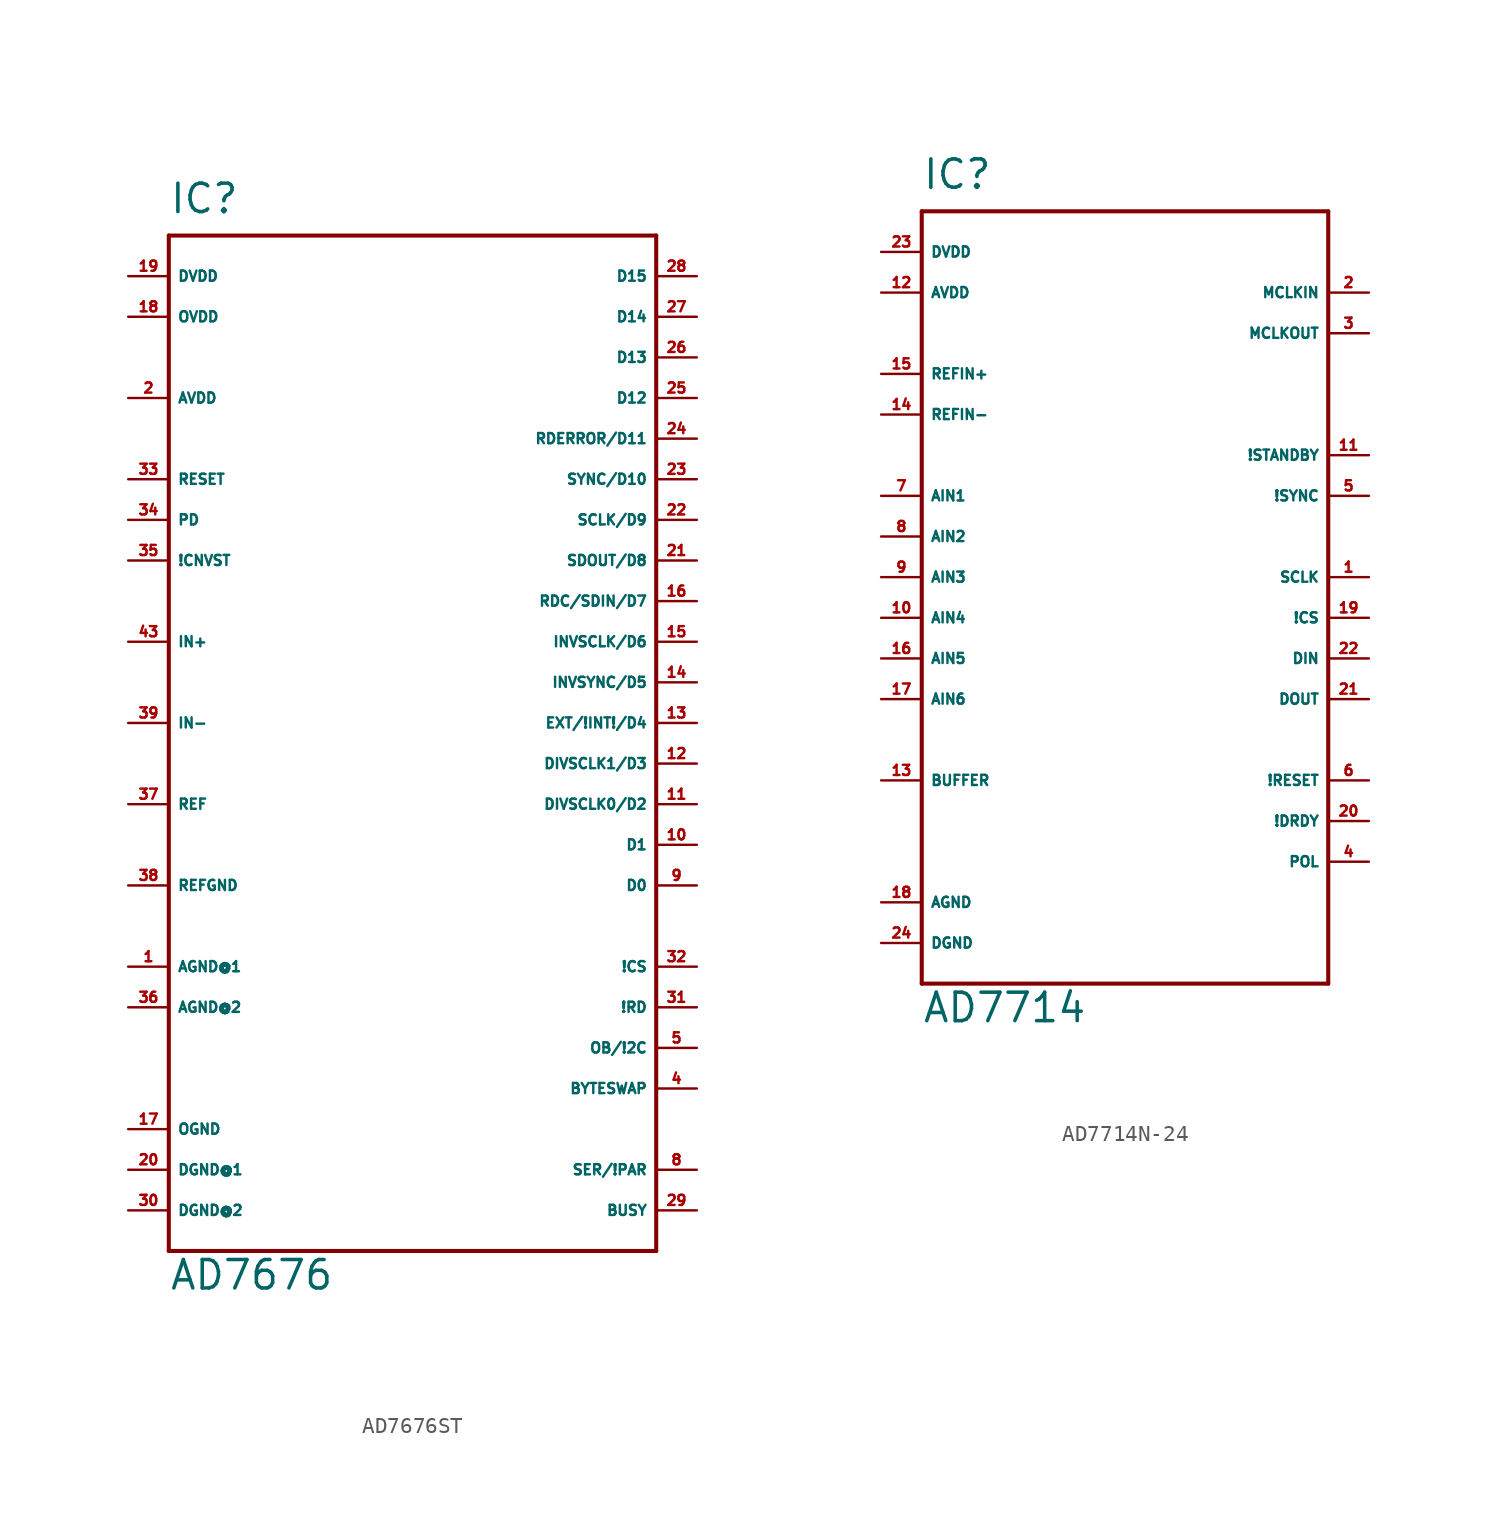
<source format=kicad_sym>
(kicad_symbol_lib
  (version 20220914)
  (generator Eagle2Kicad)
  (symbol "AD7676ST"
    (property "Reference" "IC"
      (at -15.24 31.75 0)
      (effects (font (size 1.778 1.778) (thickness 0.22)) (justify left bottom)))
    (property "Value" "AD7676"
      (at -15.24 -35.56 0)
      (effects (font (size 1.778 1.778) (thickness 0.22)) (justify left bottom)))
    (polyline
      (pts (xy -15.24 30.48) (xy 15.24 30.48))
      (stroke (width 0.254) (type default))
      (fill (type none)))
    (polyline
      (pts (xy 15.24 30.48) (xy 15.24 -33.02))
      (stroke (width 0.254) (type default))
      (fill (type none)))
    (polyline
      (pts (xy 15.24 -33.02) (xy -15.24 -33.02))
      (stroke (width 0.254) (type default))
      (fill (type none)))
    (polyline
      (pts (xy -15.24 -33.02) (xy -15.24 30.48))
      (stroke (width 0.254) (type default))
      (fill (type none)))
    (pin input line
      (at -17.78 5.08 0)
      (length 2.54)
      (name "IN+" (effects (font (size 0.635 0.635) (thickness 0.08)) (justify left bottom)))
      (number "43" (effects (font (size 0.635 0.635) (thickness 0.08)) (justify left bottom))))
    (pin input line
      (at -17.78 0 0)
      (length 2.54)
      (name "IN-" (effects (font (size 0.635 0.635) (thickness 0.08)) (justify left bottom)))
      (number "39" (effects (font (size 0.635 0.635) (thickness 0.08)) (justify left bottom))))
    (pin input line
      (at -17.78 12.7 0)
      (length 2.54)
      (name "PD" (effects (font (size 0.635 0.635) (thickness 0.08)) (justify left bottom)))
      (number "34" (effects (font (size 0.635 0.635) (thickness 0.08)) (justify left bottom))))
    (pin input line
      (at -17.78 15.24 0)
      (length 2.54)
      (name "RESET" (effects (font (size 0.635 0.635) (thickness 0.08)) (justify left bottom)))
      (number "33" (effects (font (size 0.635 0.635) (thickness 0.08)) (justify left bottom))))
    (pin input line
      (at -17.78 20.32 0)
      (length 2.54)
      (name "AVDD" (effects (font (size 0.635 0.635) (thickness 0.08)) (justify left bottom)))
      (number "2" (effects (font (size 0.635 0.635) (thickness 0.08)) (justify left bottom))))
    (pin input line
      (at -17.78 -15.24 0)
      (length 2.54)
      (name "AGND@1" (effects (font (size 0.635 0.635) (thickness 0.08)) (justify left bottom)))
      (number "1" (effects (font (size 0.635 0.635) (thickness 0.08)) (justify left bottom))))
    (pin input line
      (at -17.78 -5.08 0)
      (length 2.54)
      (name "REF" (effects (font (size 0.635 0.635) (thickness 0.08)) (justify left bottom)))
      (number "37" (effects (font (size 0.635 0.635) (thickness 0.08)) (justify left bottom))))
    (pin input line
      (at -17.78 -10.16 0)
      (length 2.54)
      (name "REFGND" (effects (font (size 0.635 0.635) (thickness 0.08)) (justify left bottom)))
      (number "38" (effects (font (size 0.635 0.635) (thickness 0.08)) (justify left bottom))))
    (pin input line
      (at -17.78 27.94 0)
      (length 2.54)
      (name "DVDD" (effects (font (size 0.635 0.635) (thickness 0.08)) (justify left bottom)))
      (number "19" (effects (font (size 0.635 0.635) (thickness 0.08)) (justify left bottom))))
    (pin input line
      (at -17.78 -27.94 0)
      (length 2.54)
      (name "DGND@1" (effects (font (size 0.635 0.635) (thickness 0.08)) (justify left bottom)))
      (number "20" (effects (font (size 0.635 0.635) (thickness 0.08)) (justify left bottom))))
    (pin input line
      (at -17.78 25.4 0)
      (length 2.54)
      (name "OVDD" (effects (font (size 0.635 0.635) (thickness 0.08)) (justify left bottom)))
      (number "18" (effects (font (size 0.635 0.635) (thickness 0.08)) (justify left bottom))))
    (pin input line
      (at -17.78 -25.4 0)
      (length 2.54)
      (name "OGND" (effects (font (size 0.635 0.635) (thickness 0.08)) (justify left bottom)))
      (number "17" (effects (font (size 0.635 0.635) (thickness 0.08)) (justify left bottom))))
    (pin input line
      (at 17.78 -27.94 180)
      (length 2.54)
      (name "SER/!PAR" (effects (font (size 0.635 0.635) (thickness 0.08)) (justify left bottom)))
      (number "8" (effects (font (size 0.635 0.635) (thickness 0.08)) (justify left bottom))))
    (pin input line
      (at 17.78 -30.48 180)
      (length 2.54)
      (name "BUSY" (effects (font (size 0.635 0.635) (thickness 0.08)) (justify left bottom)))
      (number "29" (effects (font (size 0.635 0.635) (thickness 0.08)) (justify left bottom))))
    (pin output line
      (at 17.78 -10.16 180)
      (length 2.54)
      (name "D0" (effects (font (size 0.635 0.635) (thickness 0.08)) (justify left bottom)))
      (number "9" (effects (font (size 0.635 0.635) (thickness 0.08)) (justify left bottom))))
    (pin output line
      (at 17.78 -7.62 180)
      (length 2.54)
      (name "D1" (effects (font (size 0.635 0.635) (thickness 0.08)) (justify left bottom)))
      (number "10" (effects (font (size 0.635 0.635) (thickness 0.08)) (justify left bottom))))
    (pin bidirectional line
      (at 17.78 -5.08 180)
      (length 2.54)
      (name "DIVSCLK0/D2" (effects (font (size 0.635 0.635) (thickness 0.08)) (justify left bottom)))
      (number "11" (effects (font (size 0.635 0.635) (thickness 0.08)) (justify left bottom))))
    (pin bidirectional line
      (at 17.78 -2.54 180)
      (length 2.54)
      (name "DIVSCLK1/D3" (effects (font (size 0.635 0.635) (thickness 0.08)) (justify left bottom)))
      (number "12" (effects (font (size 0.635 0.635) (thickness 0.08)) (justify left bottom))))
    (pin bidirectional line
      (at 17.78 0 180)
      (length 2.54)
      (name "EXT/!INT!/D4" (effects (font (size 0.635 0.635) (thickness 0.08)) (justify left bottom)))
      (number "13" (effects (font (size 0.635 0.635) (thickness 0.08)) (justify left bottom))))
    (pin bidirectional line
      (at 17.78 2.54 180)
      (length 2.54)
      (name "INVSYNC/D5" (effects (font (size 0.635 0.635) (thickness 0.08)) (justify left bottom)))
      (number "14" (effects (font (size 0.635 0.635) (thickness 0.08)) (justify left bottom))))
    (pin bidirectional line
      (at 17.78 5.08 180)
      (length 2.54)
      (name "INVSCLK/D6" (effects (font (size 0.635 0.635) (thickness 0.08)) (justify left bottom)))
      (number "15" (effects (font (size 0.635 0.635) (thickness 0.08)) (justify left bottom))))
    (pin bidirectional line
      (at 17.78 7.62 180)
      (length 2.54)
      (name "RDC/SDIN/D7" (effects (font (size 0.635 0.635) (thickness 0.08)) (justify left bottom)))
      (number "16" (effects (font (size 0.635 0.635) (thickness 0.08)) (justify left bottom))))
    (pin output line
      (at 17.78 10.16 180)
      (length 2.54)
      (name "SDOUT/D8" (effects (font (size 0.635 0.635) (thickness 0.08)) (justify left bottom)))
      (number "21" (effects (font (size 0.635 0.635) (thickness 0.08)) (justify left bottom))))
    (pin bidirectional line
      (at 17.78 12.7 180)
      (length 2.54)
      (name "SCLK/D9" (effects (font (size 0.635 0.635) (thickness 0.08)) (justify left bottom)))
      (number "22" (effects (font (size 0.635 0.635) (thickness 0.08)) (justify left bottom))))
    (pin output line
      (at 17.78 15.24 180)
      (length 2.54)
      (name "SYNC/D10" (effects (font (size 0.635 0.635) (thickness 0.08)) (justify left bottom)))
      (number "23" (effects (font (size 0.635 0.635) (thickness 0.08)) (justify left bottom))))
    (pin output line
      (at 17.78 17.78 180)
      (length 2.54)
      (name "RDERROR/D11" (effects (font (size 0.635 0.635) (thickness 0.08)) (justify left bottom)))
      (number "24" (effects (font (size 0.635 0.635) (thickness 0.08)) (justify left bottom))))
    (pin output line
      (at 17.78 20.32 180)
      (length 2.54)
      (name "D12" (effects (font (size 0.635 0.635) (thickness 0.08)) (justify left bottom)))
      (number "25" (effects (font (size 0.635 0.635) (thickness 0.08)) (justify left bottom))))
    (pin output line
      (at 17.78 22.86 180)
      (length 2.54)
      (name "D13" (effects (font (size 0.635 0.635) (thickness 0.08)) (justify left bottom)))
      (number "26" (effects (font (size 0.635 0.635) (thickness 0.08)) (justify left bottom))))
    (pin output line
      (at 17.78 25.4 180)
      (length 2.54)
      (name "D14" (effects (font (size 0.635 0.635) (thickness 0.08)) (justify left bottom)))
      (number "27" (effects (font (size 0.635 0.635) (thickness 0.08)) (justify left bottom))))
    (pin output line
      (at 17.78 27.94 180)
      (length 2.54)
      (name "D15" (effects (font (size 0.635 0.635) (thickness 0.08)) (justify left bottom)))
      (number "28" (effects (font (size 0.635 0.635) (thickness 0.08)) (justify left bottom))))
    (pin input line
      (at 17.78 -15.24 180)
      (length 2.54)
      (name "!CS" (effects (font (size 0.635 0.635) (thickness 0.08)) (justify left bottom)))
      (number "32" (effects (font (size 0.635 0.635) (thickness 0.08)) (justify left bottom))))
    (pin input line
      (at 17.78 -17.78 180)
      (length 2.54)
      (name "!RD" (effects (font (size 0.635 0.635) (thickness 0.08)) (justify left bottom)))
      (number "31" (effects (font (size 0.635 0.635) (thickness 0.08)) (justify left bottom))))
    (pin input line
      (at 17.78 -20.32 180)
      (length 2.54)
      (name "OB/!2C" (effects (font (size 0.635 0.635) (thickness 0.08)) (justify left bottom)))
      (number "5" (effects (font (size 0.635 0.635) (thickness 0.08)) (justify left bottom))))
    (pin input line
      (at -17.78 10.16 0)
      (length 2.54)
      (name "!CNVST" (effects (font (size 0.635 0.635) (thickness 0.08)) (justify left bottom)))
      (number "35" (effects (font (size 0.635 0.635) (thickness 0.08)) (justify left bottom))))
    (pin input line
      (at 17.78 -22.86 180)
      (length 2.54)
      (name "BYTESWAP" (effects (font (size 0.635 0.635) (thickness 0.08)) (justify left bottom)))
      (number "4" (effects (font (size 0.635 0.635) (thickness 0.08)) (justify left bottom))))
    (pin input line
      (at -17.78 -17.78 0)
      (length 2.54)
      (name "AGND@2" (effects (font (size 0.635 0.635) (thickness 0.08)) (justify left bottom)))
      (number "36" (effects (font (size 0.635 0.635) (thickness 0.08)) (justify left bottom))))
    (pin input line
      (at -17.78 -30.48 0)
      (length 2.54)
      (name "DGND@2" (effects (font (size 0.635 0.635) (thickness 0.08)) (justify left bottom)))
      (number "30" (effects (font (size 0.635 0.635) (thickness 0.08)) (justify left bottom)))))
  (symbol "AD7714N-24"
    (property "Reference" "IC"
      (at -12.7 24.13 0)
      (effects (font (size 1.778 1.778) (thickness 0.22)) (justify left bottom)))
    (property "Value" "AD7714"
      (at -12.7 -27.94 0)
      (effects (font (size 1.778 1.778) (thickness 0.22)) (justify left bottom)))
    (polyline
      (pts (xy -12.7 22.86) (xy 12.7 22.86))
      (stroke (width 0.254) (type default))
      (fill (type none)))
    (polyline
      (pts (xy 12.7 22.86) (xy 12.7 -25.4))
      (stroke (width 0.254) (type default))
      (fill (type none)))
    (polyline
      (pts (xy 12.7 -25.4) (xy -12.7 -25.4))
      (stroke (width 0.254) (type default))
      (fill (type none)))
    (polyline
      (pts (xy -12.7 -25.4) (xy -12.7 22.86))
      (stroke (width 0.254) (type default))
      (fill (type none)))
    (pin output line
      (at 15.24 15.24 180)
      (length 2.54)
      (name "MCLKOUT" (effects (font (size 0.635 0.635) (thickness 0.08)) (justify left bottom)))
      (number "3" (effects (font (size 0.635 0.635) (thickness 0.08)) (justify left bottom))))
    (pin input line
      (at 15.24 5.08 180)
      (length 2.54)
      (name "!SYNC" (effects (font (size 0.635 0.635) (thickness 0.08)) (justify left bottom)))
      (number "5" (effects (font (size 0.635 0.635) (thickness 0.08)) (justify left bottom))))
    (pin input line
      (at -15.24 -12.7 0)
      (length 2.54)
      (name "BUFFER" (effects (font (size 0.635 0.635) (thickness 0.08)) (justify left bottom)))
      (number "13" (effects (font (size 0.635 0.635) (thickness 0.08)) (justify left bottom))))
    (pin input line
      (at 15.24 -17.78 180)
      (length 2.54)
      (name "POL" (effects (font (size 0.635 0.635) (thickness 0.08)) (justify left bottom)))
      (number "4" (effects (font (size 0.635 0.635) (thickness 0.08)) (justify left bottom))))
    (pin input line
      (at 15.24 0 180)
      (length 2.54)
      (name "SCLK" (effects (font (size 0.635 0.635) (thickness 0.08)) (justify left bottom)))
      (number "1" (effects (font (size 0.635 0.635) (thickness 0.08)) (justify left bottom))))
    (pin input line
      (at 15.24 -2.54 180)
      (length 2.54)
      (name "!CS" (effects (font (size 0.635 0.635) (thickness 0.08)) (justify left bottom)))
      (number "19" (effects (font (size 0.635 0.635) (thickness 0.08)) (justify left bottom))))
    (pin input line
      (at 15.24 -5.08 180)
      (length 2.54)
      (name "DIN" (effects (font (size 0.635 0.635) (thickness 0.08)) (justify left bottom)))
      (number "22" (effects (font (size 0.635 0.635) (thickness 0.08)) (justify left bottom))))
    (pin output line
      (at 15.24 -7.62 180)
      (length 2.54)
      (name "DOUT" (effects (font (size 0.635 0.635) (thickness 0.08)) (justify left bottom)))
      (number "21" (effects (font (size 0.635 0.635) (thickness 0.08)) (justify left bottom))))
    (pin input line
      (at 15.24 -12.7 180)
      (length 2.54)
      (name "!RESET" (effects (font (size 0.635 0.635) (thickness 0.08)) (justify left bottom)))
      (number "6" (effects (font (size 0.635 0.635) (thickness 0.08)) (justify left bottom))))
    (pin input line
      (at -15.24 12.7 0)
      (length 2.54)
      (name "REFIN+" (effects (font (size 0.635 0.635) (thickness 0.08)) (justify left bottom)))
      (number "15" (effects (font (size 0.635 0.635) (thickness 0.08)) (justify left bottom))))
    (pin input line
      (at -15.24 10.16 0)
      (length 2.54)
      (name "REFIN-" (effects (font (size 0.635 0.635) (thickness 0.08)) (justify left bottom)))
      (number "14" (effects (font (size 0.635 0.635) (thickness 0.08)) (justify left bottom))))
    (pin input line
      (at 15.24 -15.24 180)
      (length 2.54)
      (name "!DRDY" (effects (font (size 0.635 0.635) (thickness 0.08)) (justify left bottom)))
      (number "20" (effects (font (size 0.635 0.635) (thickness 0.08)) (justify left bottom))))
    (pin input line
      (at -15.24 17.78 0)
      (length 2.54)
      (name "AVDD" (effects (font (size 0.635 0.635) (thickness 0.08)) (justify left bottom)))
      (number "12" (effects (font (size 0.635 0.635) (thickness 0.08)) (justify left bottom))))
    (pin input line
      (at -15.24 -20.32 0)
      (length 2.54)
      (name "AGND" (effects (font (size 0.635 0.635) (thickness 0.08)) (justify left bottom)))
      (number "18" (effects (font (size 0.635 0.635) (thickness 0.08)) (justify left bottom))))
    (pin input line
      (at -15.24 20.32 0)
      (length 2.54)
      (name "DVDD" (effects (font (size 0.635 0.635) (thickness 0.08)) (justify left bottom)))
      (number "23" (effects (font (size 0.635 0.635) (thickness 0.08)) (justify left bottom))))
    (pin input line
      (at -15.24 5.08 0)
      (length 2.54)
      (name "AIN1" (effects (font (size 0.635 0.635) (thickness 0.08)) (justify left bottom)))
      (number "7" (effects (font (size 0.635 0.635) (thickness 0.08)) (justify left bottom))))
    (pin input line
      (at -15.24 2.54 0)
      (length 2.54)
      (name "AIN2" (effects (font (size 0.635 0.635) (thickness 0.08)) (justify left bottom)))
      (number "8" (effects (font (size 0.635 0.635) (thickness 0.08)) (justify left bottom))))
    (pin input line
      (at -15.24 0 0)
      (length 2.54)
      (name "AIN3" (effects (font (size 0.635 0.635) (thickness 0.08)) (justify left bottom)))
      (number "9" (effects (font (size 0.635 0.635) (thickness 0.08)) (justify left bottom))))
    (pin input line
      (at -15.24 -2.54 0)
      (length 2.54)
      (name "AIN4" (effects (font (size 0.635 0.635) (thickness 0.08)) (justify left bottom)))
      (number "10" (effects (font (size 0.635 0.635) (thickness 0.08)) (justify left bottom))))
    (pin input line
      (at -15.24 -5.08 0)
      (length 2.54)
      (name "AIN5" (effects (font (size 0.635 0.635) (thickness 0.08)) (justify left bottom)))
      (number "16" (effects (font (size 0.635 0.635) (thickness 0.08)) (justify left bottom))))
    (pin input line
      (at -15.24 -7.62 0)
      (length 2.54)
      (name "AIN6" (effects (font (size 0.635 0.635) (thickness 0.08)) (justify left bottom)))
      (number "17" (effects (font (size 0.635 0.635) (thickness 0.08)) (justify left bottom))))
    (pin input line
      (at 15.24 17.78 180)
      (length 2.54)
      (name "MCLKIN" (effects (font (size 0.635 0.635) (thickness 0.08)) (justify left bottom)))
      (number "2" (effects (font (size 0.635 0.635) (thickness 0.08)) (justify left bottom))))
    (pin input line
      (at -15.24 -22.86 0)
      (length 2.54)
      (name "DGND" (effects (font (size 0.635 0.635) (thickness 0.08)) (justify left bottom)))
      (number "24" (effects (font (size 0.635 0.635) (thickness 0.08)) (justify left bottom))))
    (pin input line
      (at 15.24 7.62 180)
      (length 2.54)
      (name "!STANDBY" (effects (font (size 0.635 0.635) (thickness 0.08)) (justify left bottom)))
      (number "11" (effects (font (size 0.635 0.635) (thickness 0.08)) (justify left bottom))))))
</source>
